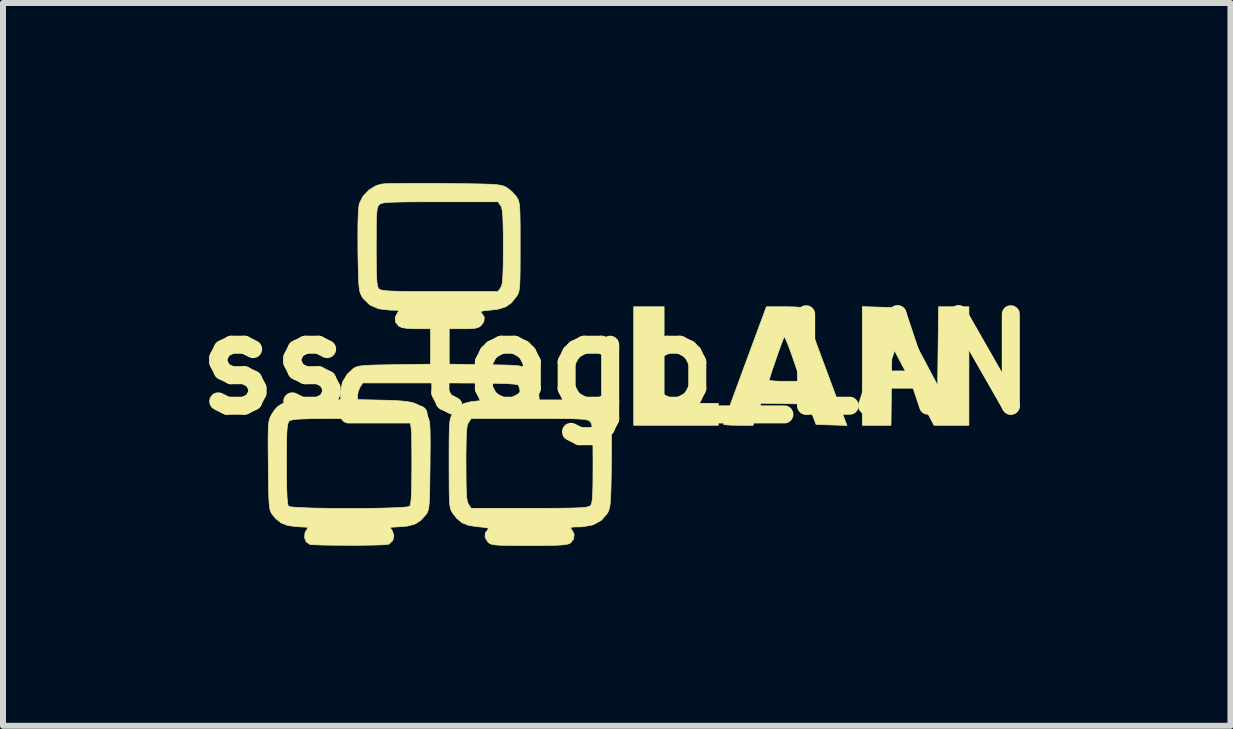
<source format=kicad_pcb>
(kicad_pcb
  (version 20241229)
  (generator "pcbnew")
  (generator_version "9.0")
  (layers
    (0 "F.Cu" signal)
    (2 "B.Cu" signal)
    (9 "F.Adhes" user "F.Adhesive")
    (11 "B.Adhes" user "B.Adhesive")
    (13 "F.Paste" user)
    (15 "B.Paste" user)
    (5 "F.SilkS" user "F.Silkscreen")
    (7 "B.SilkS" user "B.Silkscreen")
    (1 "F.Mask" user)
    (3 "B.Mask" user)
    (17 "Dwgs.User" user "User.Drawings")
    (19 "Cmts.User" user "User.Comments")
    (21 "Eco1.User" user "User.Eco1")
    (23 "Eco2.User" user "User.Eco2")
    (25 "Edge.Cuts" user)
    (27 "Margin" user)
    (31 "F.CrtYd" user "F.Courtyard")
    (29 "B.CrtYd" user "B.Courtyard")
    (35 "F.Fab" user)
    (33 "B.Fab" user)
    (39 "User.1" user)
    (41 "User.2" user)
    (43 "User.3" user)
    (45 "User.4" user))
  (footprint "ss_logo_LAN"
    (layer "F.Cu")
    (at 7.228 3.022)
    (property "Reference" "ss_logo_LAN" (at 0 0 0) (layer "F.SilkS") (effects (font (size 1.524 1.524) (thickness 0.3))))
    (attr through_hole)
    (fp_poly (pts (xy 0.79 0.649) (xy 1.693 0.649) (xy 1.693 1.016) (xy 0.282 1.016) (xy 0.282 -0.96) (xy 0.79 -0.96) (xy 0.79 0.649)) (stroke (width 0.01) (type solid)) (fill yes) (layer "F.SilkS"))
    (fp_poly (pts (xy 4.663 -0.945) (xy 5.005 -0.298) (xy 5.348 0.349) (xy 5.356 -0.305) (xy 5.363 -0.96) (xy 5.87 -0.96) (xy 5.87 1.016) (xy 5.288 1.016) (xy 4.586 -0.31) (xy 4.579 0.353) (xy 4.571 1.016) (xy 4.092 1.016) (xy 4.092 -0.962) (xy 4.663 -0.945)) (stroke (width 0.01) (type solid)) (fill yes) (layer "F.SilkS"))
    (fp_poly (pts (xy 2.933 -0.958) (xy 3.023 -0.954) (xy 3.077 -0.945) (xy 3.106 -0.929) (xy 3.118 -0.91) (xy 3.132 -0.872) (xy 3.164 -0.788) (xy 3.21 -0.665) (xy 3.268 -0.509) (xy 3.336 -0.326) (xy 3.411 -0.124) (xy 3.457 0) (xy 3.536 0.212) (xy 3.609 0.41) (xy 3.675 0.586) (xy 3.73 0.735) (xy 3.773 0.849) (xy 3.8 0.92) (xy 3.807 0.939) (xy 3.838 1.018) (xy 3.322 1.002) (xy 3.258 0.833) (xy 3.195 0.663) (xy 2.8 0.655) (xy 2.405 0.648) (xy 2.338 0.832) (xy 2.272 1.016) (xy 2.025 1.016) (xy 1.915 1.014) (xy 1.83 1.009) (xy 1.783 1.001) (xy 1.778 0.997) (xy 1.787 0.967) (xy 1.814 0.89) (xy 1.857 0.772) (xy 1.912 0.619) (xy 1.978 0.438) (xy 2.042 0.264) (xy 2.54 0.264) (xy 2.566 0.272) (xy 2.636 0.278) (xy 2.738 0.282) (xy 2.804 0.282) (xy 3.068 0.282) (xy 2.938 -0.097) (xy 2.891 -0.231) (xy 2.849 -0.341) (xy 2.816 -0.419) (xy 2.795 -0.456) (xy 2.791 -0.457) (xy 2.777 -0.425) (xy 2.749 -0.352) (xy 2.712 -0.25) (xy 2.67 -0.132) (xy 2.628 -0.01) (xy 2.59 0.102) (xy 2.56 0.194) (xy 2.543 0.251) (xy 2.54 0.264) (xy 2.042 0.264) (xy 2.053 0.234) (xy 2.135 0.012) (xy 2.136 0.009) (xy 2.494 -0.96) (xy 2.796 -0.96) (xy 2.933 -0.958)) (stroke (width 0.01) (type solid)) (fill yes) (layer "F.SilkS"))
    (fp_poly (pts (xy -2.998 -3.016) (xy -2.865 -3.015) (xy -2.61 -3.012) (xy -2.405 -3.009) (xy -2.244 -3.006) (xy -2.12 -3.002) (xy -2.028 -2.997) (xy -1.96 -2.989) (xy -1.912 -2.98) (xy -1.875 -2.968) (xy -1.845 -2.954) (xy -1.835 -2.948) (xy -1.75 -2.883) (xy -1.678 -2.803) (xy -1.672 -2.795) (xy -1.653 -2.765) (xy -1.638 -2.733) (xy -1.627 -2.693) (xy -1.619 -2.636) (xy -1.614 -2.556) (xy -1.611 -2.446) (xy -1.609 -2.299) (xy -1.609 -2.106) (xy -1.609 -1.961) (xy -1.609 -1.738) (xy -1.61 -1.563) (xy -1.612 -1.431) (xy -1.616 -1.333) (xy -1.622 -1.263) (xy -1.631 -1.214) (xy -1.643 -1.178) (xy -1.66 -1.147) (xy -1.672 -1.129) (xy -1.756 -1.025) (xy -1.849 -0.959) (xy -1.967 -0.921) (xy -2.093 -0.905) (xy -2.196 -0.895) (xy -2.251 -0.886) (xy -2.266 -0.872) (xy -2.251 -0.852) (xy -2.248 -0.85) (xy -2.206 -0.785) (xy -2.215 -0.709) (xy -2.258 -0.649) (xy -2.295 -0.621) (xy -2.346 -0.603) (xy -2.424 -0.595) (xy -2.543 -0.593) (xy -2.554 -0.593) (xy -2.794 -0.593) (xy -2.794 -0.003) (xy -2.189 0.005) (xy -1.988 0.009) (xy -1.835 0.012) (xy -1.722 0.017) (xy -1.642 0.024) (xy -1.587 0.034) (xy -1.547 0.047) (xy -1.517 0.065) (xy -1.507 0.072) (xy -1.395 0.178) (xy -1.33 0.298) (xy -1.304 0.436) (xy -1.291 0.593) (xy -0.907 0.593) (xy -0.711 0.595) (xy -0.562 0.603) (xy -0.449 0.62) (xy -0.363 0.647) (xy -0.295 0.687) (xy -0.233 0.743) (xy -0.217 0.76) (xy -0.177 0.808) (xy -0.145 0.857) (xy -0.122 0.914) (xy -0.105 0.986) (xy -0.094 1.081) (xy -0.088 1.206) (xy -0.086 1.368) (xy -0.087 1.575) (xy -0.09 1.75) (xy -0.093 1.958) (xy -0.097 2.117) (xy -0.102 2.236) (xy -0.109 2.323) (xy -0.118 2.385) (xy -0.131 2.431) (xy -0.148 2.469) (xy -0.157 2.484) (xy -0.256 2.6) (xy -0.394 2.675) (xy -0.567 2.707) (xy -0.616 2.709) (xy -0.711 2.71) (xy -0.759 2.716) (xy -0.769 2.73) (xy -0.75 2.754) (xy -0.71 2.828) (xy -0.717 2.909) (xy -0.767 2.975) (xy -0.768 2.976) (xy -0.798 2.991) (xy -0.843 3.002) (xy -0.912 3.01) (xy -1.011 3.015) (xy -1.148 3.018) (xy -1.33 3.02) (xy -1.46 3.02) (xy -1.665 3.019) (xy -1.821 3.018) (xy -1.935 3.015) (xy -2.016 3.01) (xy -2.071 3.002) (xy -2.107 2.991) (xy -2.131 2.976) (xy -2.145 2.963) (xy -2.194 2.886) (xy -2.192 2.812) (xy -2.154 2.762) (xy -2.137 2.742) (xy -2.149 2.728) (xy -2.2 2.718) (xy -2.299 2.708) (xy -2.31 2.707) (xy -2.461 2.686) (xy -2.573 2.643) (xy -2.663 2.571) (xy -2.731 2.484) (xy -2.75 2.454) (xy -2.765 2.422) (xy -2.776 2.382) (xy -2.784 2.325) (xy -2.789 2.246) (xy -2.792 2.136) (xy -2.793 1.988) (xy -2.794 1.796) (xy -2.794 1.651) (xy -2.512 1.651) (xy -2.511 1.861) (xy -2.509 2.023) (xy -2.505 2.142) (xy -2.499 2.227) (xy -2.489 2.284) (xy -2.476 2.322) (xy -2.468 2.336) (xy -2.424 2.399) (xy -1.454 2.399) (xy -1.19 2.399) (xy -0.977 2.398) (xy -0.81 2.396) (xy -0.681 2.393) (xy -0.587 2.388) (xy -0.521 2.382) (xy -0.477 2.374) (xy -0.451 2.363) (xy -0.439 2.355) (xy -0.425 2.333) (xy -0.414 2.296) (xy -0.406 2.237) (xy -0.401 2.149) (xy -0.397 2.025) (xy -0.396 1.858) (xy -0.395 1.658) (xy -0.396 1.446) (xy -0.397 1.283) (xy -0.401 1.162) (xy -0.406 1.076) (xy -0.414 1.018) (xy -0.425 0.981) (xy -0.44 0.957) (xy -0.442 0.955) (xy -0.458 0.941) (xy -0.481 0.93) (xy -0.517 0.921) (xy -0.573 0.914) (xy -0.654 0.91) (xy -0.766 0.906) (xy -0.914 0.904) (xy -1.105 0.903) (xy -1.344 0.903) (xy -1.456 0.903) (xy -2.424 0.903) (xy -2.468 0.966) (xy -2.483 0.995) (xy -2.494 1.041) (xy -2.502 1.11) (xy -2.507 1.21) (xy -2.51 1.348) (xy -2.512 1.531) (xy -2.512 1.651) (xy -2.794 1.651) (xy -2.794 1.427) (xy -2.793 1.253) (xy -2.791 1.12) (xy -2.787 1.023) (xy -2.781 0.953) (xy -2.772 0.903) (xy -2.759 0.867) (xy -2.743 0.836) (xy -2.73 0.817) (xy -2.675 0.744) (xy -2.614 0.689) (xy -2.54 0.65) (xy -2.443 0.625) (xy -2.312 0.609) (xy -2.139 0.6) (xy -2.039 0.597) (xy -1.609 0.588) (xy -1.609 0.483) (xy -1.617 0.405) (xy -1.638 0.349) (xy -1.643 0.344) (xy -1.666 0.336) (xy -1.721 0.329) (xy -1.81 0.323) (xy -1.938 0.318) (xy -2.107 0.315) (xy -2.321 0.312) (xy -2.584 0.311) (xy -2.899 0.31) (xy -2.953 0.31) (xy -4.23 0.31) (xy -4.274 0.373) (xy -4.308 0.451) (xy -4.318 0.512) (xy -4.318 0.588) (xy -3.873 0.597) (xy -3.673 0.604) (xy -3.52 0.616) (xy -3.406 0.636) (xy -3.321 0.667) (xy -3.256 0.713) (xy -3.204 0.776) (xy -3.168 0.834) (xy -3.148 0.87) (xy -3.134 0.905) (xy -3.123 0.948) (xy -3.115 1.006) (xy -3.111 1.086) (xy -3.109 1.196) (xy -3.108 1.343) (xy -3.11 1.534) (xy -3.111 1.684) (xy -3.114 1.909) (xy -3.116 2.084) (xy -3.12 2.216) (xy -3.125 2.314) (xy -3.132 2.383) (xy -3.142 2.432) (xy -3.154 2.466) (xy -3.171 2.493) (xy -3.177 2.501) (xy -3.266 2.601) (xy -3.362 2.662) (xy -3.484 2.695) (xy -3.584 2.705) (xy -3.779 2.716) (xy -3.737 2.779) (xy -3.713 2.859) (xy -3.733 2.937) (xy -3.789 2.992) (xy -3.815 3.001) (xy -3.862 3.006) (xy -3.956 3.01) (xy -4.084 3.013) (xy -4.238 3.015) (xy -4.406 3.016) (xy -4.577 3.015) (xy -4.742 3.014) (xy -4.889 3.012) (xy -5.008 3.008) (xy -5.089 3.004) (xy -5.117 3) (xy -5.174 2.96) (xy -5.202 2.89) (xy -5.196 2.811) (xy -5.181 2.779) (xy -5.139 2.716) (xy -5.334 2.705) (xy -5.482 2.686) (xy -5.593 2.644) (xy -5.684 2.57) (xy -5.741 2.501) (xy -5.759 2.474) (xy -5.773 2.443) (xy -5.783 2.4) (xy -5.791 2.338) (xy -5.797 2.249) (xy -5.801 2.128) (xy -5.804 1.967) (xy -5.806 1.758) (xy -5.807 1.684) (xy -5.807 1.661) (xy -5.503 1.661) (xy -5.502 1.896) (xy -5.499 2.079) (xy -5.494 2.213) (xy -5.486 2.303) (xy -5.476 2.353) (xy -5.469 2.365) (xy -5.432 2.375) (xy -5.347 2.383) (xy -5.221 2.389) (xy -5.062 2.395) (xy -4.879 2.398) (xy -4.68 2.401) (xy -4.472 2.401) (xy -4.263 2.401) (xy -4.062 2.399) (xy -3.877 2.395) (xy -3.715 2.39) (xy -3.585 2.384) (xy -3.494 2.376) (xy -3.45 2.366) (xy -3.449 2.365) (xy -3.437 2.334) (xy -3.428 2.266) (xy -3.421 2.155) (xy -3.417 1.999) (xy -3.415 1.792) (xy -3.415 1.661) (xy -3.415 1.445) (xy -3.417 1.278) (xy -3.42 1.154) (xy -3.426 1.066) (xy -3.434 1.007) (xy -3.444 0.97) (xy -3.459 0.948) (xy -3.459 0.947) (xy -3.477 0.935) (xy -3.508 0.926) (xy -3.558 0.918) (xy -3.633 0.912) (xy -3.737 0.908) (xy -3.877 0.905) (xy -4.059 0.904) (xy -4.288 0.903) (xy -4.459 0.903) (xy -4.721 0.903) (xy -4.932 0.904) (xy -5.097 0.906) (xy -5.224 0.91) (xy -5.316 0.914) (xy -5.381 0.921) (xy -5.423 0.929) (xy -5.449 0.94) (xy -5.459 0.947) (xy -5.473 0.969) (xy -5.484 1.005) (xy -5.492 1.063) (xy -5.498 1.15) (xy -5.501 1.273) (xy -5.503 1.438) (xy -5.503 1.652) (xy -5.503 1.661) (xy -5.807 1.661) (xy -5.809 1.461) (xy -5.81 1.286) (xy -5.809 1.153) (xy -5.806 1.055) (xy -5.801 0.983) (xy -5.792 0.932) (xy -5.78 0.892) (xy -5.763 0.857) (xy -5.751 0.834) (xy -5.7 0.757) (xy -5.645 0.699) (xy -5.576 0.657) (xy -5.483 0.629) (xy -5.359 0.612) (xy -5.194 0.602) (xy -5.045 0.597) (xy -4.6 0.588) (xy -4.6 0.453) (xy -4.573 0.301) (xy -4.493 0.166) (xy -4.394 0.073) (xy -4.364 0.053) (xy -4.328 0.039) (xy -4.28 0.028) (xy -4.21 0.02) (xy -4.112 0.014) (xy -3.975 0.01) (xy -3.794 0.007) (xy -3.709 0.005) (xy -3.104 -0.003) (xy -3.104 -0.593) (xy -3.338 -0.593) (xy -3.481 -0.597) (xy -3.578 -0.612) (xy -3.634 -0.637) (xy -3.686 -0.703) (xy -3.693 -0.784) (xy -3.653 -0.858) (xy -3.653 -0.859) (xy -3.634 -0.883) (xy -3.644 -0.896) (xy -3.692 -0.902) (xy -3.787 -0.904) (xy -3.969 -0.926) (xy -4.115 -0.99) (xy -4.224 -1.096) (xy -4.246 -1.129) (xy -4.264 -1.164) (xy -4.279 -1.204) (xy -4.29 -1.257) (xy -4.297 -1.33) (xy -4.303 -1.431) (xy -4.307 -1.568) (xy -4.311 -1.749) (xy -4.313 -1.895) (xy -4.313 -1.959) (xy -4.008 -1.959) (xy -4.007 -1.745) (xy -4.005 -1.58) (xy -4.002 -1.458) (xy -3.996 -1.372) (xy -3.988 -1.314) (xy -3.977 -1.278) (xy -3.963 -1.258) (xy -3.945 -1.246) (xy -3.914 -1.236) (xy -3.865 -1.229) (xy -3.791 -1.223) (xy -3.687 -1.219) (xy -3.548 -1.216) (xy -3.367 -1.214) (xy -3.14 -1.214) (xy -2.949 -1.214) (xy -1.979 -1.214) (xy -1.935 -1.276) (xy -1.92 -1.306) (xy -1.909 -1.352) (xy -1.901 -1.421) (xy -1.896 -1.52) (xy -1.892 -1.658) (xy -1.891 -1.841) (xy -1.891 -1.961) (xy -1.891 -2.172) (xy -1.894 -2.333) (xy -1.898 -2.453) (xy -1.904 -2.537) (xy -1.914 -2.595) (xy -1.926 -2.632) (xy -1.935 -2.647) (xy -1.979 -2.709) (xy -2.942 -2.709) (xy -3.203 -2.709) (xy -3.414 -2.708) (xy -3.58 -2.706) (xy -3.707 -2.703) (xy -3.801 -2.699) (xy -3.867 -2.693) (xy -3.911 -2.685) (xy -3.939 -2.674) (xy -3.956 -2.663) (xy -3.972 -2.644) (xy -3.985 -2.616) (xy -3.994 -2.571) (xy -4.001 -2.503) (xy -4.005 -2.405) (xy -4.007 -2.269) (xy -4.007 -2.087) (xy -4.008 -1.959) (xy -4.313 -1.959) (xy -4.314 -2.135) (xy -4.313 -2.338) (xy -4.308 -2.5) (xy -4.3 -2.616) (xy -4.291 -2.675) (xy -4.232 -2.797) (xy -4.133 -2.903) (xy -4.01 -2.979) (xy -3.918 -3.005) (xy -3.86 -3.01) (xy -3.754 -3.013) (xy -3.607 -3.015) (xy -3.427 -3.016) (xy -3.221 -3.017) (xy -2.998 -3.016)) (stroke (width 0.01) (type solid)) (fill yes) (layer "F.SilkS")))
  (gr_rect
    (start -3 -3)
    (end 17.456 9.046)
    (stroke (width 0.1) (type default))
    (fill no)
    (layer "Edge.Cuts")))
</source>
